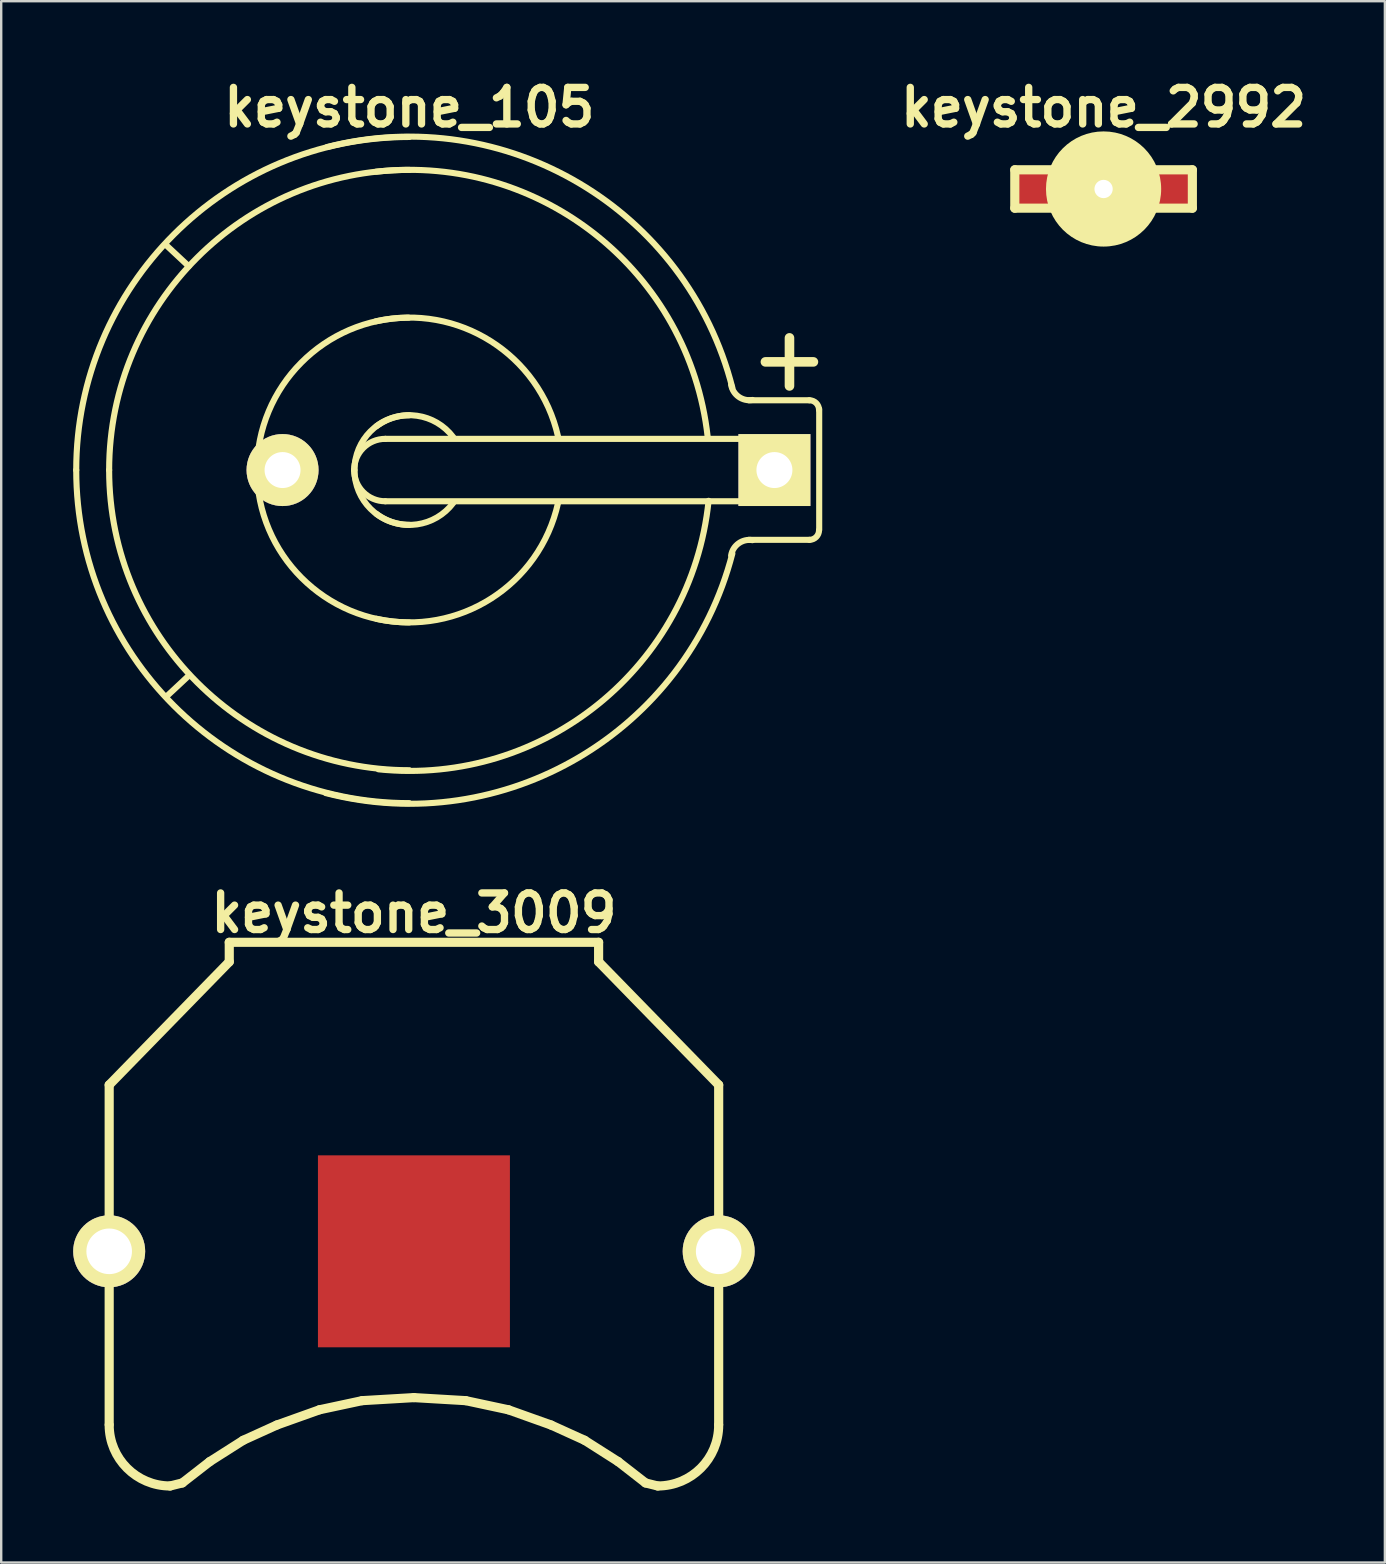
<source format=kicad_pcb>
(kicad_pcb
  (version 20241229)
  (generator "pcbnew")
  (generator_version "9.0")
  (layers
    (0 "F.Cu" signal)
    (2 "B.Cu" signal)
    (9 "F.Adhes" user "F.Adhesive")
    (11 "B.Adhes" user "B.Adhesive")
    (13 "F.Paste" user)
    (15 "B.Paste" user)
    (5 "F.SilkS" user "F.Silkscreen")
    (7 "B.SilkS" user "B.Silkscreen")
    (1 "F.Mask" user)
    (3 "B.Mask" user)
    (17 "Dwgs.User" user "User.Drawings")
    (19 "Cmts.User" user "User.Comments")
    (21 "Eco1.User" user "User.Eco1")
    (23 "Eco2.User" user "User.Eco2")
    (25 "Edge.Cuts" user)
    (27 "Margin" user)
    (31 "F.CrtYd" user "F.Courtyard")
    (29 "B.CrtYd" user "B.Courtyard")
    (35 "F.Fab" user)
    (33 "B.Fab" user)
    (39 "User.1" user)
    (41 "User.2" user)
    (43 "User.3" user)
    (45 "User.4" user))
  (footprint "keystone_2992"
    (layer "F.Cu")
    (at 42.94 4.826)
    (property "Reference" "keystone_2992" (at 0 -3.4 0) (layer "F.SilkS") (effects (font (size 1.524 1.524) (thickness 0.305))))
    (attr through_hole)
    (fp_line (start -3.7 -0.8) (end -3.7 0.8) (stroke (width 0.381) (type solid)) (layer "F.SilkS"))
    (fp_line (start -3.7 -0.8) (end -2 -0.8) (stroke (width 0.381) (type solid)) (layer "F.SilkS"))
    (fp_line (start -3.7 0.8) (end -2 0.8) (stroke (width 0.381) (type solid)) (layer "F.SilkS"))
    (fp_line (start 3.7 -0.8) (end 2 -0.8) (stroke (width 0.381) (type solid)) (layer "F.SilkS"))
    (fp_line (start 3.7 -0.8) (end 3.7 0.8) (stroke (width 0.381) (type solid)) (layer "F.SilkS"))
    (fp_line (start 3.7 0.8) (end 2 0.8) (stroke (width 0.381) (type solid)) (layer "F.SilkS"))
    (pad "" np_thru_hole circle (at 0 0) (size 4.8 4.8) (drill 0.762) (layers "F.SilkS"))
    (pad "1" smd rect (at -2.9 0) (size 1.8 1.8) (layers "F.Cu" "F.Mask" "F.Paste"))
    (pad "1" smd rect (at 2.9 0) (size 1.8 1.8) (layers "F.Cu" "F.Mask" "F.Paste")))
  (footprint "keystone_105"
    (layer "F.Cu")
    (at 14.008 16.539)
    (property "Reference" "keystone_105" (at 0 -15.113 0) (layer "F.SilkS") (effects (font (size 1.524 1.524) (thickness 0.305))))
    (attr through_hole)
    (fp_line (start -9.195 -8.496) (end -10.16 -9.398) (stroke (width 0.254) (type solid)) (layer "F.SilkS"))
    (fp_line (start -9.169 8.547) (end -10.135 9.449) (stroke (width 0.254) (type solid)) (layer "F.SilkS"))
    (fp_line (start -1.001 -1.3) (end 15.199 -1.3) (stroke (width 0.254) (type solid)) (layer "F.SilkS"))
    (fp_line (start 14.839 -4.508) (end 16.84 -4.508) (stroke (width 0.399) (type solid)) (layer "F.SilkS"))
    (fp_line (start 15.199 1.3) (end -1.001 1.3) (stroke (width 0.254) (type solid)) (layer "F.SilkS"))
    (fp_line (start 15.207 -1.3) (end 15.207 1.3) (stroke (width 0.254) (type solid)) (layer "F.SilkS"))
    (fp_line (start 15.842 -3.505) (end 15.842 -5.509) (stroke (width 0.399) (type solid)) (layer "F.SilkS"))
    (fp_line (start 16.675 -2.908) (end 14.148 -2.908) (stroke (width 0.254) (type solid)) (layer "F.SilkS"))
    (fp_line (start 16.675 2.908) (end 14.148 2.908) (stroke (width 0.254) (type solid)) (layer "F.SilkS"))
    (fp_line (start 17.081 -2.54) (end 17.081 2.489) (stroke (width 0.254) (type solid)) (layer "F.SilkS"))
    (fp_arc (start -13.8811 0) (mid -9.81542 -9.81542) (end 0 -13.8811) (stroke (width 0.254) (type solid)) (layer "F.SilkS"))
    (fp_arc (start -12.5095 0) (mid -8.845552 -8.845552) (end 0 -12.5095) (stroke (width 0.254) (type solid)) (layer "F.SilkS"))
    (fp_arc (start -6.35 0.0254) (mid -4.508089 -4.472168) (end -0.0254 -6.35) (stroke (width 0.254) (type solid)) (layer "F.SilkS"))
    (fp_arc (start -3.429 -13.462) (mid 7.094402 -11.943741) (end 13.462 -3.429) (stroke (width 0.254) (type solid)) (layer "F.SilkS"))
    (fp_arc (start -2.30124 0) (mid -1.920338 -0.919578) (end -1.00076 -1.30048) (stroke (width 0.254) (type solid)) (layer "F.SilkS"))
    (fp_arc (start -2.286 0) (mid -1.616446 -1.616446) (end 0 -2.286) (stroke (width 0.254) (type solid)) (layer "F.SilkS"))
    (fp_arc (start -1.397 -6.1976) (mid 3.394537 -5.370193) (end 6.1976 -1.397) (stroke (width 0.254) (type solid)) (layer "F.SilkS"))
    (fp_arc (start -1.3843 -12.4333) (mid 7.812823 -9.770519) (end 12.4333 -1.3843) (stroke (width 0.254) (type solid)) (layer "F.SilkS"))
    (fp_arc (start -1.3716 -1.8288) (mid 0.323289 -2.263025) (end 1.8288 -1.3716) (stroke (width 0.254) (type solid)) (layer "F.SilkS"))
    (fp_arc (start -1.00076 1.30048) (mid -1.920338 0.919578) (end -2.30124 0) (stroke (width 0.254) (type solid)) (layer "F.SilkS"))
    (fp_arc (start 0 2.286) (mid -1.616446 1.616446) (end -2.286 0) (stroke (width 0.254) (type solid)) (layer "F.SilkS"))
    (fp_arc (start 0 6.35) (mid -4.490128 4.490128) (end -6.35 0) (stroke (width 0.254) (type solid)) (layer "F.SilkS"))
    (fp_arc (start 0 12.5095) (mid -8.845552 8.845552) (end -12.5095 0) (stroke (width 0.254) (type solid)) (layer "F.SilkS"))
    (fp_arc (start 0 13.8811) (mid -9.81542 9.81542) (end -13.8811 0) (stroke (width 0.254) (type solid)) (layer "F.SilkS"))
    (fp_arc (start 1.8288 1.3716) (mid 0.323289 2.263025) (end -1.3716 1.8288) (stroke (width 0.254) (type solid)) (layer "F.SilkS"))
    (fp_arc (start 6.1976 1.3716) (mid 3.412497 5.352233) (end -1.3716 6.1976) (stroke (width 0.254) (type solid)) (layer "F.SilkS"))
    (fp_arc (start 12.4714 1.2827) (mid 7.911606 9.725617) (end -1.2827 12.4714) (stroke (width 0.254) (type solid)) (layer "F.SilkS"))
    (fp_arc (start 13.4112 3.556) (mid 13.724187 3.054382) (end 14.3002 2.921) (stroke (width 0.254) (type solid)) (layer "F.SilkS"))
    (fp_arc (start 13.462 3.4798) (mid 7.058481 11.979662) (end -3.4798 13.462) (stroke (width 0.254) (type solid)) (layer "F.SilkS"))
    (fp_arc (start 14.3002 -2.921) (mid 13.724187 -3.054382) (end 13.4112 -3.556) (stroke (width 0.254) (type solid)) (layer "F.SilkS"))
    (fp_arc (start 16.67256 -2.9083) (mid 16.956336 -2.790756) (end 17.07388 -2.50698) (stroke (width 0.254) (type solid)) (layer "F.SilkS"))
    (fp_arc (start 17.07388 2.50698) (mid 16.956336 2.790756) (end 16.67256 2.9083) (stroke (width 0.254) (type solid)) (layer "F.SilkS"))
    (pad "1" thru_hole rect (at 15.215 0) (size 2.997 2.997) (drill 1.499) (layers "*.Cu" "*.Mask" "F.SilkS"))
    (pad "2" thru_hole circle (at -5.283 0) (size 3 3) (drill 1.499) (layers "*.Cu" "*.Mask" "F.SilkS")))
  (footprint "keystone_3009"
    (layer "F.Cu")
    (at 14.2 49.097)
    (property "Reference" "keystone_3009" (at 0 -14.1 0) (layer "F.SilkS") (effects (font (size 1.524 1.524) (thickness 0.305))))
    (attr through_hole)
    (fp_line (start -12.7 -6.934) (end -12.7 7.214) (stroke (width 0.381) (type solid)) (layer "F.SilkS"))
    (fp_line (start -10.16 9.779) (end -9.652 9.652) (stroke (width 0.381) (type solid)) (layer "F.SilkS"))
    (fp_line (start -9.652 9.652) (end -8.509 8.763) (stroke (width 0.381) (type solid)) (layer "F.SilkS"))
    (fp_line (start -8.509 8.763) (end -7.112 7.874) (stroke (width 0.381) (type solid)) (layer "F.SilkS"))
    (fp_line (start -7.696 -12.878) (end -7.696 -12.065) (stroke (width 0.381) (type solid)) (layer "F.SilkS"))
    (fp_line (start -7.696 -12.878) (end 7.696 -12.878) (stroke (width 0.381) (type solid)) (layer "F.SilkS"))
    (fp_line (start -7.696 -12.065) (end -12.7 -6.934) (stroke (width 0.381) (type solid)) (layer "F.SilkS"))
    (fp_line (start -7.112 7.874) (end -5.715 7.239) (stroke (width 0.381) (type solid)) (layer "F.SilkS"))
    (fp_line (start -5.715 7.239) (end -3.937 6.604) (stroke (width 0.381) (type solid)) (layer "F.SilkS"))
    (fp_line (start -3.937 6.604) (end -2.159 6.223) (stroke (width 0.381) (type solid)) (layer "F.SilkS"))
    (fp_line (start -2.159 6.223) (end 0 6.096) (stroke (width 0.381) (type solid)) (layer "F.SilkS"))
    (fp_line (start 0 6.096) (end 2.159 6.223) (stroke (width 0.381) (type solid)) (layer "F.SilkS"))
    (fp_line (start 2.159 6.223) (end 3.937 6.604) (stroke (width 0.381) (type solid)) (layer "F.SilkS"))
    (fp_line (start 3.937 6.604) (end 5.715 7.239) (stroke (width 0.381) (type solid)) (layer "F.SilkS"))
    (fp_line (start 5.715 7.239) (end 7.112 7.874) (stroke (width 0.381) (type solid)) (layer "F.SilkS"))
    (fp_line (start 7.112 7.874) (end 8.509 8.763) (stroke (width 0.381) (type solid)) (layer "F.SilkS"))
    (fp_line (start 7.696 -12.878) (end 7.696 -12.065) (stroke (width 0.381) (type solid)) (layer "F.SilkS"))
    (fp_line (start 7.696 -12.065) (end 12.7 -6.934) (stroke (width 0.381) (type solid)) (layer "F.SilkS"))
    (fp_line (start 8.509 8.763) (end 9.652 9.652) (stroke (width 0.381) (type solid)) (layer "F.SilkS"))
    (fp_line (start 9.652 9.652) (end 10.16 9.779) (stroke (width 0.381) (type solid)) (layer "F.SilkS"))
    (fp_line (start 12.7 -6.934) (end 12.7 7.214) (stroke (width 0.381) (type solid)) (layer "F.SilkS"))
    (fp_arc (start -10.16 9.779) (mid -11.956051 9.035051) (end -12.7 7.239) (stroke (width 0.381) (type solid)) (layer "F.SilkS"))
    (fp_arc (start 12.7 7.239) (mid 11.956051 9.035051) (end 10.16 9.779) (stroke (width 0.381) (type solid)) (layer "F.SilkS"))
    (pad "1" thru_hole circle (at -12.7 0) (size 3 3) (drill 1.9) (layers "*.Cu" "*.Mask" "F.SilkS"))
    (pad "1" thru_hole circle (at 12.7 0) (size 3 3) (drill 1.9) (layers "*.Cu" "*.Mask" "F.SilkS"))
    (pad "2" smd rect (at 0 0) (size 8 8) (layers "F.Cu" "F.Mask" "F.Paste")))
  (gr_rect
    (start -3 -3)
    (end 54.663 62.067)
    (stroke (width 0.1) (type default))
    (fill no)
    (layer "Edge.Cuts")))
</source>
